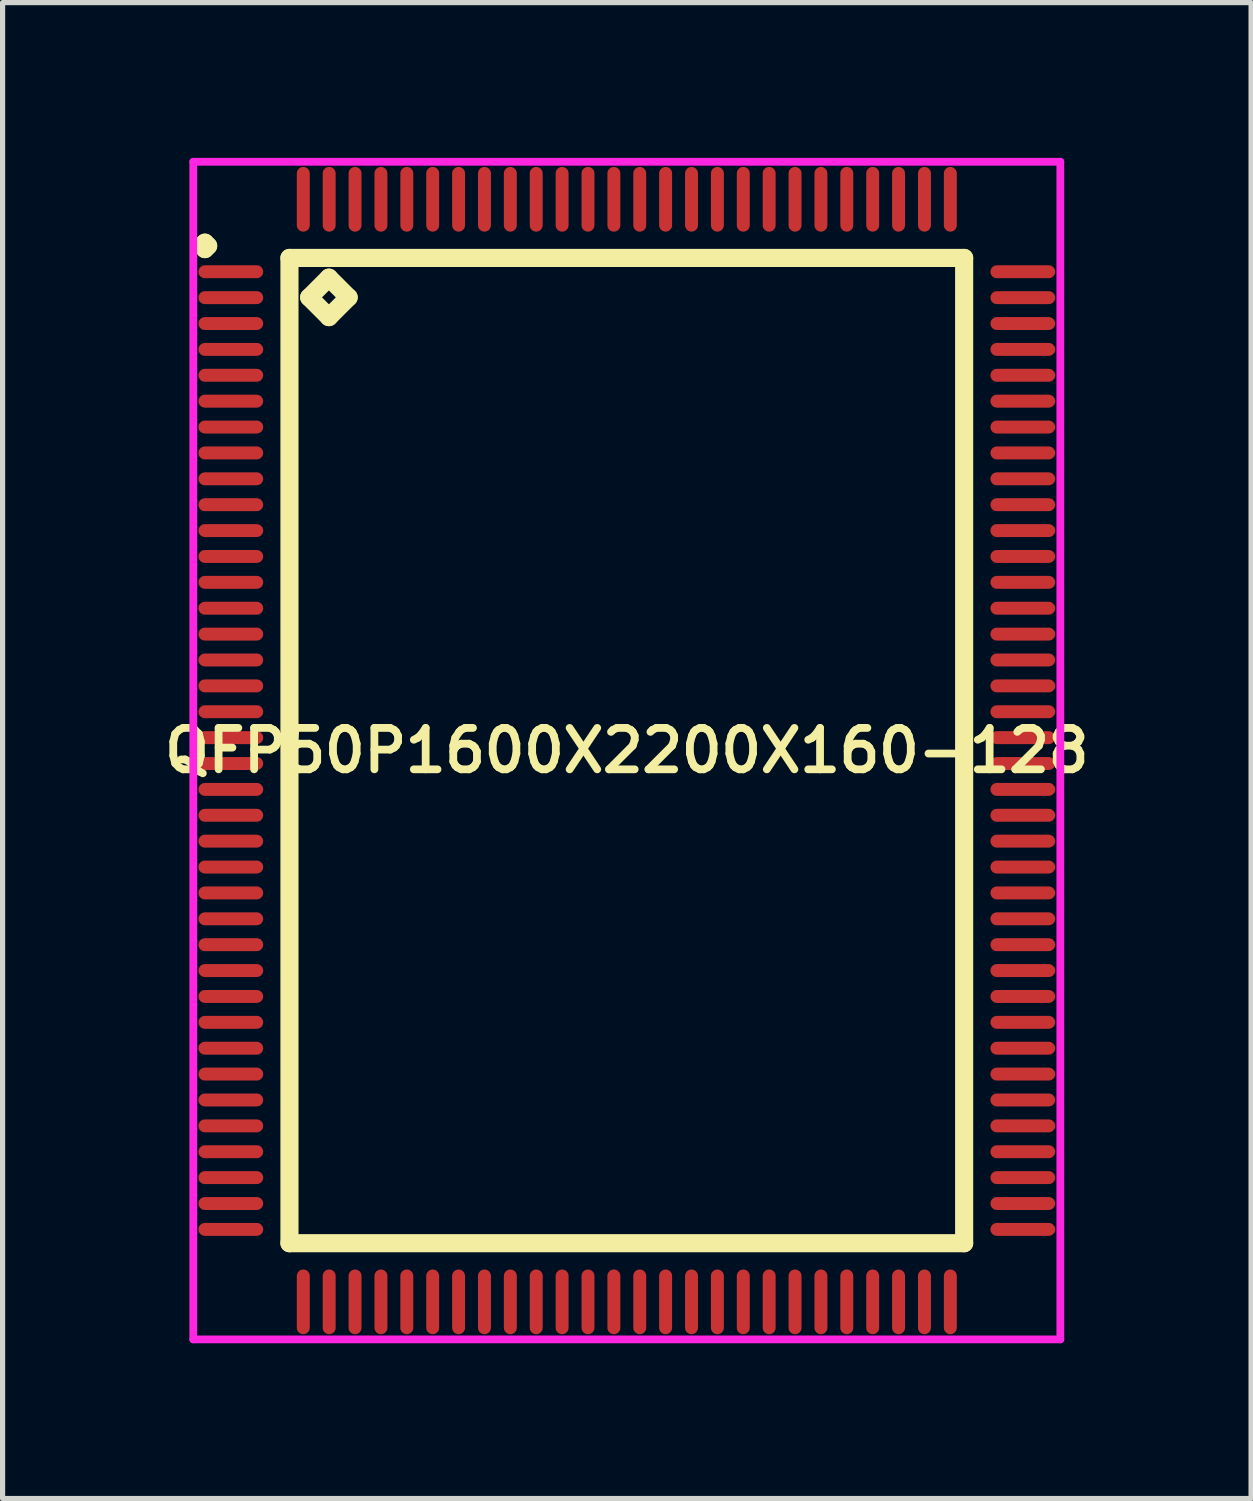
<source format=kicad_pcb>
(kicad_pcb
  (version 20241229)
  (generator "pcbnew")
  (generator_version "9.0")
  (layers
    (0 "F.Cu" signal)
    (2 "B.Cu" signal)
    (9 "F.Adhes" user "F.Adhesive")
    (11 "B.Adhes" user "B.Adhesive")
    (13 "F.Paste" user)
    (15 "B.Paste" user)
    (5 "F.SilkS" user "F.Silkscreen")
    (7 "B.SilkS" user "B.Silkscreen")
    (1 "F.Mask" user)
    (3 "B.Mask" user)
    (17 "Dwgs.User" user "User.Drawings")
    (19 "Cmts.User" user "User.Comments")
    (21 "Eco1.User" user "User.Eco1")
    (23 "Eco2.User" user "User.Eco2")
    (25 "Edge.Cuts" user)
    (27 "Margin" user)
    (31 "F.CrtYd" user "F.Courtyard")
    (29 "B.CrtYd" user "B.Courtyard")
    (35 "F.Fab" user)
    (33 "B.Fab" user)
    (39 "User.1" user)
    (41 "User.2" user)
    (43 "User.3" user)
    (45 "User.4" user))
  (footprint "QFP50P1600X2200X160-128"
    (layer "F.Cu")
    (at 9.059 11.45)
    (property "Reference" "QFP50P1600X2200X160-128" (at 0 0 0) (layer "F.SilkS") (effects (font (size 0.8 0.8) (thickness 0.15))))
    (attr smd)
    (fp_line (start -8.213 -9.75) (end -8.15 -9.812) (stroke (width 0.35) (type solid)) (layer "F.SilkS"))
    (fp_line (start -8.15 -9.812) (end -8.088 -9.75) (stroke (width 0.35) (type solid)) (layer "F.SilkS"))
    (fp_line (start -8.15 -9.688) (end -8.213 -9.75) (stroke (width 0.35) (type solid)) (layer "F.SilkS"))
    (fp_line (start -8.088 -9.75) (end -8.15 -9.688) (stroke (width 0.35) (type solid)) (layer "F.SilkS"))
    (fp_line (start -6.517 -9.517) (end -6.517 9.517) (stroke (width 0.35) (type solid)) (layer "F.SilkS"))
    (fp_line (start -6.517 9.517) (end 6.517 9.517) (stroke (width 0.35) (type solid)) (layer "F.SilkS"))
    (fp_line (start -6.136 -8.755) (end -5.755 -9.136) (stroke (width 0.35) (type solid)) (layer "F.SilkS"))
    (fp_line (start -5.755 -9.136) (end -5.374 -8.755) (stroke (width 0.35) (type solid)) (layer "F.SilkS"))
    (fp_line (start -5.755 -8.374) (end -6.136 -8.755) (stroke (width 0.35) (type solid)) (layer "F.SilkS"))
    (fp_line (start -5.374 -8.755) (end -5.755 -8.374) (stroke (width 0.35) (type solid)) (layer "F.SilkS"))
    (fp_line (start 6.517 -9.517) (end -6.517 -9.517) (stroke (width 0.35) (type solid)) (layer "F.SilkS"))
    (fp_line (start 6.517 9.517) (end 6.517 -9.517) (stroke (width 0.35) (type solid)) (layer "F.SilkS"))
    (fp_line (start -8.375 -11.375) (end 8.375 -11.375) (stroke (width 0.15) (type solid)) (layer "F.CrtYd"))
    (fp_line (start -8.375 11.375) (end -8.375 -11.375) (stroke (width 0.15) (type solid)) (layer "F.CrtYd"))
    (fp_line (start 8.375 -11.375) (end 8.375 11.375) (stroke (width 0.15) (type solid)) (layer "F.CrtYd"))
    (fp_line (start 8.375 11.375) (end -8.375 11.375) (stroke (width 0.15) (type solid)) (layer "F.CrtYd"))
    (pad "1" smd oval (at -7.65 -9.25) (size 1.25 0.25) (layers "F.Cu" "F.Mask" "F.Paste"))
    (pad "2" smd oval (at -7.65 -8.75) (size 1.25 0.25) (layers "F.Cu" "F.Mask" "F.Paste"))
    (pad "3" smd oval (at -7.65 -8.25) (size 1.25 0.25) (layers "F.Cu" "F.Mask" "F.Paste"))
    (pad "4" smd oval (at -7.65 -7.75) (size 1.25 0.25) (layers "F.Cu" "F.Mask" "F.Paste"))
    (pad "5" smd oval (at -7.65 -7.25) (size 1.25 0.25) (layers "F.Cu" "F.Mask" "F.Paste"))
    (pad "6" smd oval (at -7.65 -6.75) (size 1.25 0.25) (layers "F.Cu" "F.Mask" "F.Paste"))
    (pad "7" smd oval (at -7.65 -6.25) (size 1.25 0.25) (layers "F.Cu" "F.Mask" "F.Paste"))
    (pad "8" smd oval (at -7.65 -5.75) (size 1.25 0.25) (layers "F.Cu" "F.Mask" "F.Paste"))
    (pad "9" smd oval (at -7.65 -5.25) (size 1.25 0.25) (layers "F.Cu" "F.Mask" "F.Paste"))
    (pad "10" smd oval (at -7.65 -4.75) (size 1.25 0.25) (layers "F.Cu" "F.Mask" "F.Paste"))
    (pad "11" smd oval (at -7.65 -4.25) (size 1.25 0.25) (layers "F.Cu" "F.Mask" "F.Paste"))
    (pad "12" smd oval (at -7.65 -3.75) (size 1.25 0.25) (layers "F.Cu" "F.Mask" "F.Paste"))
    (pad "13" smd oval (at -7.65 -3.25) (size 1.25 0.25) (layers "F.Cu" "F.Mask" "F.Paste"))
    (pad "14" smd oval (at -7.65 -2.75) (size 1.25 0.25) (layers "F.Cu" "F.Mask" "F.Paste"))
    (pad "15" smd oval (at -7.65 -2.25) (size 1.25 0.25) (layers "F.Cu" "F.Mask" "F.Paste"))
    (pad "16" smd oval (at -7.65 -1.75) (size 1.25 0.25) (layers "F.Cu" "F.Mask" "F.Paste"))
    (pad "17" smd oval (at -7.65 -1.25) (size 1.25 0.25) (layers "F.Cu" "F.Mask" "F.Paste"))
    (pad "18" smd oval (at -7.65 -0.75) (size 1.25 0.25) (layers "F.Cu" "F.Mask" "F.Paste"))
    (pad "19" smd oval (at -7.65 -0.25) (size 1.25 0.25) (layers "F.Cu" "F.Mask" "F.Paste"))
    (pad "20" smd oval (at -7.65 0.25) (size 1.25 0.25) (layers "F.Cu" "F.Mask" "F.Paste"))
    (pad "21" smd oval (at -7.65 0.75) (size 1.25 0.25) (layers "F.Cu" "F.Mask" "F.Paste"))
    (pad "22" smd oval (at -7.65 1.25) (size 1.25 0.25) (layers "F.Cu" "F.Mask" "F.Paste"))
    (pad "23" smd oval (at -7.65 1.75) (size 1.25 0.25) (layers "F.Cu" "F.Mask" "F.Paste"))
    (pad "24" smd oval (at -7.65 2.25) (size 1.25 0.25) (layers "F.Cu" "F.Mask" "F.Paste"))
    (pad "25" smd oval (at -7.65 2.75) (size 1.25 0.25) (layers "F.Cu" "F.Mask" "F.Paste"))
    (pad "26" smd oval (at -7.65 3.25) (size 1.25 0.25) (layers "F.Cu" "F.Mask" "F.Paste"))
    (pad "27" smd oval (at -7.65 3.75) (size 1.25 0.25) (layers "F.Cu" "F.Mask" "F.Paste"))
    (pad "28" smd oval (at -7.65 4.25) (size 1.25 0.25) (layers "F.Cu" "F.Mask" "F.Paste"))
    (pad "29" smd oval (at -7.65 4.75) (size 1.25 0.25) (layers "F.Cu" "F.Mask" "F.Paste"))
    (pad "30" smd oval (at -7.65 5.25) (size 1.25 0.25) (layers "F.Cu" "F.Mask" "F.Paste"))
    (pad "31" smd oval (at -7.65 5.75) (size 1.25 0.25) (layers "F.Cu" "F.Mask" "F.Paste"))
    (pad "32" smd oval (at -7.65 6.25) (size 1.25 0.25) (layers "F.Cu" "F.Mask" "F.Paste"))
    (pad "33" smd oval (at -7.65 6.75) (size 1.25 0.25) (layers "F.Cu" "F.Mask" "F.Paste"))
    (pad "34" smd oval (at -7.65 7.25) (size 1.25 0.25) (layers "F.Cu" "F.Mask" "F.Paste"))
    (pad "35" smd oval (at -7.65 7.75) (size 1.25 0.25) (layers "F.Cu" "F.Mask" "F.Paste"))
    (pad "36" smd oval (at -7.65 8.25) (size 1.25 0.25) (layers "F.Cu" "F.Mask" "F.Paste"))
    (pad "37" smd oval (at -7.65 8.75) (size 1.25 0.25) (layers "F.Cu" "F.Mask" "F.Paste"))
    (pad "38" smd oval (at -7.65 9.25) (size 1.25 0.25) (layers "F.Cu" "F.Mask" "F.Paste"))
    (pad "39" smd oval (at -6.25 10.65) (size 0.25 1.25) (layers "F.Cu" "F.Mask" "F.Paste"))
    (pad "40" smd oval (at -5.75 10.65) (size 0.25 1.25) (layers "F.Cu" "F.Mask" "F.Paste"))
    (pad "41" smd oval (at -5.25 10.65) (size 0.25 1.25) (layers "F.Cu" "F.Mask" "F.Paste"))
    (pad "42" smd oval (at -4.75 10.65) (size 0.25 1.25) (layers "F.Cu" "F.Mask" "F.Paste"))
    (pad "43" smd oval (at -4.25 10.65) (size 0.25 1.25) (layers "F.Cu" "F.Mask" "F.Paste"))
    (pad "44" smd oval (at -3.75 10.65) (size 0.25 1.25) (layers "F.Cu" "F.Mask" "F.Paste"))
    (pad "45" smd oval (at -3.25 10.65) (size 0.25 1.25) (layers "F.Cu" "F.Mask" "F.Paste"))
    (pad "46" smd oval (at -2.75 10.65) (size 0.25 1.25) (layers "F.Cu" "F.Mask" "F.Paste"))
    (pad "47" smd oval (at -2.25 10.65) (size 0.25 1.25) (layers "F.Cu" "F.Mask" "F.Paste"))
    (pad "48" smd oval (at -1.75 10.65) (size 0.25 1.25) (layers "F.Cu" "F.Mask" "F.Paste"))
    (pad "49" smd oval (at -1.25 10.65) (size 0.25 1.25) (layers "F.Cu" "F.Mask" "F.Paste"))
    (pad "50" smd oval (at -0.75 10.65) (size 0.25 1.25) (layers "F.Cu" "F.Mask" "F.Paste"))
    (pad "51" smd oval (at -0.25 10.65) (size 0.25 1.25) (layers "F.Cu" "F.Mask" "F.Paste"))
    (pad "52" smd oval (at 0.25 10.65) (size 0.25 1.25) (layers "F.Cu" "F.Mask" "F.Paste"))
    (pad "53" smd oval (at 0.75 10.65) (size 0.25 1.25) (layers "F.Cu" "F.Mask" "F.Paste"))
    (pad "54" smd oval (at 1.25 10.65) (size 0.25 1.25) (layers "F.Cu" "F.Mask" "F.Paste"))
    (pad "55" smd oval (at 1.75 10.65) (size 0.25 1.25) (layers "F.Cu" "F.Mask" "F.Paste"))
    (pad "56" smd oval (at 2.25 10.65) (size 0.25 1.25) (layers "F.Cu" "F.Mask" "F.Paste"))
    (pad "57" smd oval (at 2.75 10.65) (size 0.25 1.25) (layers "F.Cu" "F.Mask" "F.Paste"))
    (pad "58" smd oval (at 3.25 10.65) (size 0.25 1.25) (layers "F.Cu" "F.Mask" "F.Paste"))
    (pad "59" smd oval (at 3.75 10.65) (size 0.25 1.25) (layers "F.Cu" "F.Mask" "F.Paste"))
    (pad "60" smd oval (at 4.25 10.65) (size 0.25 1.25) (layers "F.Cu" "F.Mask" "F.Paste"))
    (pad "61" smd oval (at 4.75 10.65) (size 0.25 1.25) (layers "F.Cu" "F.Mask" "F.Paste"))
    (pad "62" smd oval (at 5.25 10.65) (size 0.25 1.25) (layers "F.Cu" "F.Mask" "F.Paste"))
    (pad "63" smd oval (at 5.75 10.65) (size 0.25 1.25) (layers "F.Cu" "F.Mask" "F.Paste"))
    (pad "64" smd oval (at 6.25 10.65) (size 0.25 1.25) (layers "F.Cu" "F.Mask" "F.Paste"))
    (pad "65" smd oval (at 7.65 9.25) (size 1.25 0.25) (layers "F.Cu" "F.Mask" "F.Paste"))
    (pad "66" smd oval (at 7.65 8.75) (size 1.25 0.25) (layers "F.Cu" "F.Mask" "F.Paste"))
    (pad "67" smd oval (at 7.65 8.25) (size 1.25 0.25) (layers "F.Cu" "F.Mask" "F.Paste"))
    (pad "68" smd oval (at 7.65 7.75) (size 1.25 0.25) (layers "F.Cu" "F.Mask" "F.Paste"))
    (pad "69" smd oval (at 7.65 7.25) (size 1.25 0.25) (layers "F.Cu" "F.Mask" "F.Paste"))
    (pad "70" smd oval (at 7.65 6.75) (size 1.25 0.25) (layers "F.Cu" "F.Mask" "F.Paste"))
    (pad "71" smd oval (at 7.65 6.25) (size 1.25 0.25) (layers "F.Cu" "F.Mask" "F.Paste"))
    (pad "72" smd oval (at 7.65 5.75) (size 1.25 0.25) (layers "F.Cu" "F.Mask" "F.Paste"))
    (pad "73" smd oval (at 7.65 5.25) (size 1.25 0.25) (layers "F.Cu" "F.Mask" "F.Paste"))
    (pad "74" smd oval (at 7.65 4.75) (size 1.25 0.25) (layers "F.Cu" "F.Mask" "F.Paste"))
    (pad "75" smd oval (at 7.65 4.25) (size 1.25 0.25) (layers "F.Cu" "F.Mask" "F.Paste"))
    (pad "76" smd oval (at 7.65 3.75) (size 1.25 0.25) (layers "F.Cu" "F.Mask" "F.Paste"))
    (pad "77" smd oval (at 7.65 3.25) (size 1.25 0.25) (layers "F.Cu" "F.Mask" "F.Paste"))
    (pad "78" smd oval (at 7.65 2.75) (size 1.25 0.25) (layers "F.Cu" "F.Mask" "F.Paste"))
    (pad "79" smd oval (at 7.65 2.25) (size 1.25 0.25) (layers "F.Cu" "F.Mask" "F.Paste"))
    (pad "80" smd oval (at 7.65 1.75) (size 1.25 0.25) (layers "F.Cu" "F.Mask" "F.Paste"))
    (pad "81" smd oval (at 7.65 1.25) (size 1.25 0.25) (layers "F.Cu" "F.Mask" "F.Paste"))
    (pad "82" smd oval (at 7.65 0.75) (size 1.25 0.25) (layers "F.Cu" "F.Mask" "F.Paste"))
    (pad "83" smd oval (at 7.65 0.25) (size 1.25 0.25) (layers "F.Cu" "F.Mask" "F.Paste"))
    (pad "84" smd oval (at 7.65 -0.25) (size 1.25 0.25) (layers "F.Cu" "F.Mask" "F.Paste"))
    (pad "85" smd oval (at 7.65 -0.75) (size 1.25 0.25) (layers "F.Cu" "F.Mask" "F.Paste"))
    (pad "86" smd oval (at 7.65 -1.25) (size 1.25 0.25) (layers "F.Cu" "F.Mask" "F.Paste"))
    (pad "87" smd oval (at 7.65 -1.75) (size 1.25 0.25) (layers "F.Cu" "F.Mask" "F.Paste"))
    (pad "88" smd oval (at 7.65 -2.25) (size 1.25 0.25) (layers "F.Cu" "F.Mask" "F.Paste"))
    (pad "89" smd oval (at 7.65 -2.75) (size 1.25 0.25) (layers "F.Cu" "F.Mask" "F.Paste"))
    (pad "90" smd oval (at 7.65 -3.25) (size 1.25 0.25) (layers "F.Cu" "F.Mask" "F.Paste"))
    (pad "91" smd oval (at 7.65 -3.75) (size 1.25 0.25) (layers "F.Cu" "F.Mask" "F.Paste"))
    (pad "92" smd oval (at 7.65 -4.25) (size 1.25 0.25) (layers "F.Cu" "F.Mask" "F.Paste"))
    (pad "93" smd oval (at 7.65 -4.75) (size 1.25 0.25) (layers "F.Cu" "F.Mask" "F.Paste"))
    (pad "94" smd oval (at 7.65 -5.25) (size 1.25 0.25) (layers "F.Cu" "F.Mask" "F.Paste"))
    (pad "95" smd oval (at 7.65 -5.75) (size 1.25 0.25) (layers "F.Cu" "F.Mask" "F.Paste"))
    (pad "96" smd oval (at 7.65 -6.25) (size 1.25 0.25) (layers "F.Cu" "F.Mask" "F.Paste"))
    (pad "97" smd oval (at 7.65 -6.75) (size 1.25 0.25) (layers "F.Cu" "F.Mask" "F.Paste"))
    (pad "98" smd oval (at 7.65 -7.25) (size 1.25 0.25) (layers "F.Cu" "F.Mask" "F.Paste"))
    (pad "99" smd oval (at 7.65 -7.75) (size 1.25 0.25) (layers "F.Cu" "F.Mask" "F.Paste"))
    (pad "100" smd oval (at 7.65 -8.25) (size 1.25 0.25) (layers "F.Cu" "F.Mask" "F.Paste"))
    (pad "101" smd oval (at 7.65 -8.75) (size 1.25 0.25) (layers "F.Cu" "F.Mask" "F.Paste"))
    (pad "102" smd oval (at 7.65 -9.25) (size 1.25 0.25) (layers "F.Cu" "F.Mask" "F.Paste"))
    (pad "103" smd oval (at 6.25 -10.65) (size 0.25 1.25) (layers "F.Cu" "F.Mask" "F.Paste"))
    (pad "104" smd oval (at 5.75 -10.65) (size 0.25 1.25) (layers "F.Cu" "F.Mask" "F.Paste"))
    (pad "105" smd oval (at 5.25 -10.65) (size 0.25 1.25) (layers "F.Cu" "F.Mask" "F.Paste"))
    (pad "106" smd oval (at 4.75 -10.65) (size 0.25 1.25) (layers "F.Cu" "F.Mask" "F.Paste"))
    (pad "107" smd oval (at 4.25 -10.65) (size 0.25 1.25) (layers "F.Cu" "F.Mask" "F.Paste"))
    (pad "108" smd oval (at 3.75 -10.65) (size 0.25 1.25) (layers "F.Cu" "F.Mask" "F.Paste"))
    (pad "109" smd oval (at 3.25 -10.65) (size 0.25 1.25) (layers "F.Cu" "F.Mask" "F.Paste"))
    (pad "110" smd oval (at 2.75 -10.65) (size 0.25 1.25) (layers "F.Cu" "F.Mask" "F.Paste"))
    (pad "111" smd oval (at 2.25 -10.65) (size 0.25 1.25) (layers "F.Cu" "F.Mask" "F.Paste"))
    (pad "112" smd oval (at 1.75 -10.65) (size 0.25 1.25) (layers "F.Cu" "F.Mask" "F.Paste"))
    (pad "113" smd oval (at 1.25 -10.65) (size 0.25 1.25) (layers "F.Cu" "F.Mask" "F.Paste"))
    (pad "114" smd oval (at 0.75 -10.65) (size 0.25 1.25) (layers "F.Cu" "F.Mask" "F.Paste"))
    (pad "115" smd oval (at 0.25 -10.65) (size 0.25 1.25) (layers "F.Cu" "F.Mask" "F.Paste"))
    (pad "116" smd oval (at -0.25 -10.65) (size 0.25 1.25) (layers "F.Cu" "F.Mask" "F.Paste"))
    (pad "117" smd oval (at -0.75 -10.65) (size 0.25 1.25) (layers "F.Cu" "F.Mask" "F.Paste"))
    (pad "118" smd oval (at -1.25 -10.65) (size 0.25 1.25) (layers "F.Cu" "F.Mask" "F.Paste"))
    (pad "119" smd oval (at -1.75 -10.65) (size 0.25 1.25) (layers "F.Cu" "F.Mask" "F.Paste"))
    (pad "120" smd oval (at -2.25 -10.65) (size 0.25 1.25) (layers "F.Cu" "F.Mask" "F.Paste"))
    (pad "121" smd oval (at -2.75 -10.65) (size 0.25 1.25) (layers "F.Cu" "F.Mask" "F.Paste"))
    (pad "122" smd oval (at -3.25 -10.65) (size 0.25 1.25) (layers "F.Cu" "F.Mask" "F.Paste"))
    (pad "123" smd oval (at -3.75 -10.65) (size 0.25 1.25) (layers "F.Cu" "F.Mask" "F.Paste"))
    (pad "124" smd oval (at -4.25 -10.65) (size 0.25 1.25) (layers "F.Cu" "F.Mask" "F.Paste"))
    (pad "125" smd oval (at -4.75 -10.65) (size 0.25 1.25) (layers "F.Cu" "F.Mask" "F.Paste"))
    (pad "126" smd oval (at -5.25 -10.65) (size 0.25 1.25) (layers "F.Cu" "F.Mask" "F.Paste"))
    (pad "127" smd oval (at -5.75 -10.65) (size 0.25 1.25) (layers "F.Cu" "F.Mask" "F.Paste"))
    (pad "128" smd oval (at -6.25 -10.65) (size 0.25 1.25) (layers "F.Cu" "F.Mask" "F.Paste")))
  (gr_rect
    (start -3 -3)
    (end 21.119 25.9)
    (stroke (width 0.1) (type default))
    (fill no)
    (layer "Edge.Cuts")))
</source>
